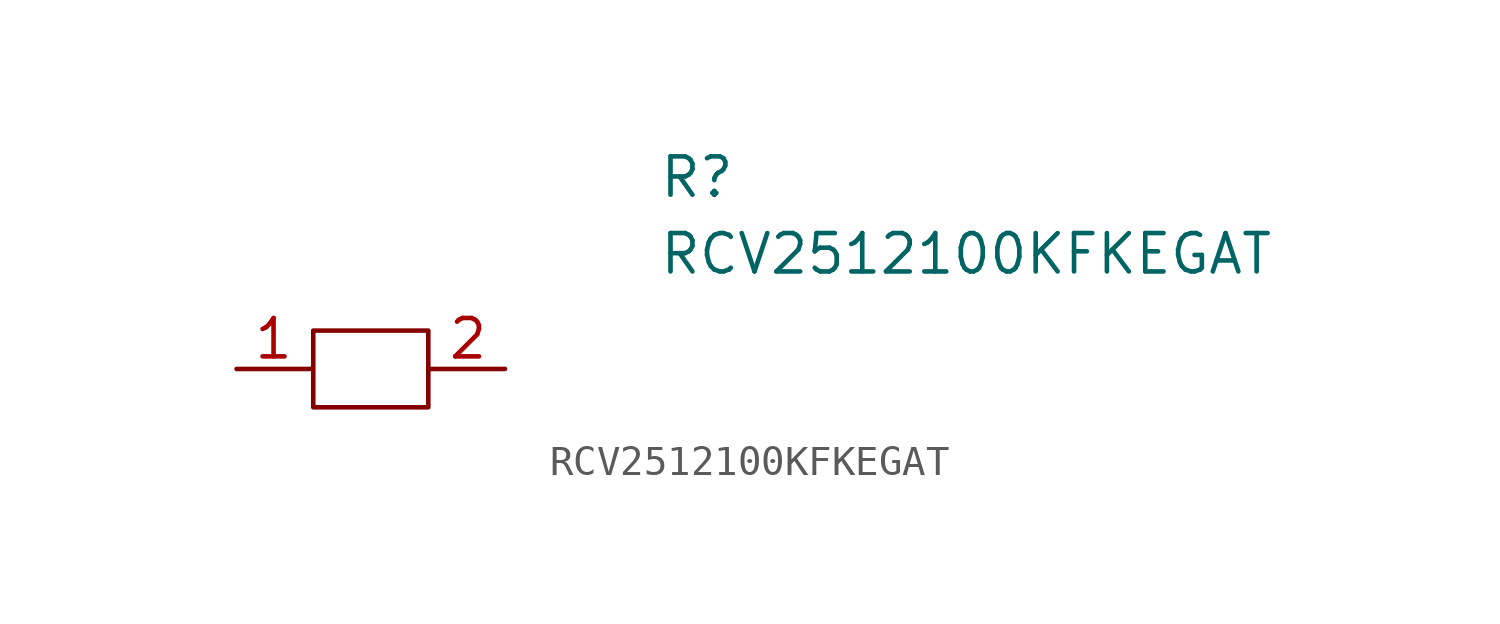
<source format=kicad_sym>
(kicad_symbol_lib
  (version 20211014)
  (generator kicad_symbol_editor)
  (symbol "RCV2512100KFKEGAT"
    (pin_names
      (offset 0.762))
    (property "Reference" "R"
      (at 13.97 6.35 0)
      (effects (font (size 1.27 1.27)) (justify left)))
    (property "Value" "RCV2512100KFKEGAT"
      (at 13.97 3.81 0)
      (effects (font (size 1.27 1.27)) (justify left)))
    (symbol "RCV2512100KFKEGAT_0_0"
      (pin passive line (at 0 0 0) (length 2.45) (name "~" (effects (font (size 1.27 1.27)))) (number "1" (effects (font (size 1.27 1.27)))))
      (pin passive line (at 8.89 0 180) (length 2.45) (name "~" (effects (font (size 1.27 1.27)))) (number "2" (effects (font (size 1.27 1.27))))))
    (symbol "RCV2512100KFKEGAT_0_1"
      (polyline (pts (xy 2.54 1.27) (xy 6.35 1.27) (xy 6.35 -1.27) (xy 2.54 -1.27) (xy 2.54 1.27)) (stroke (width 0.152) (type default) (color 0 0 0 0)) (fill (type none))))))
</source>
